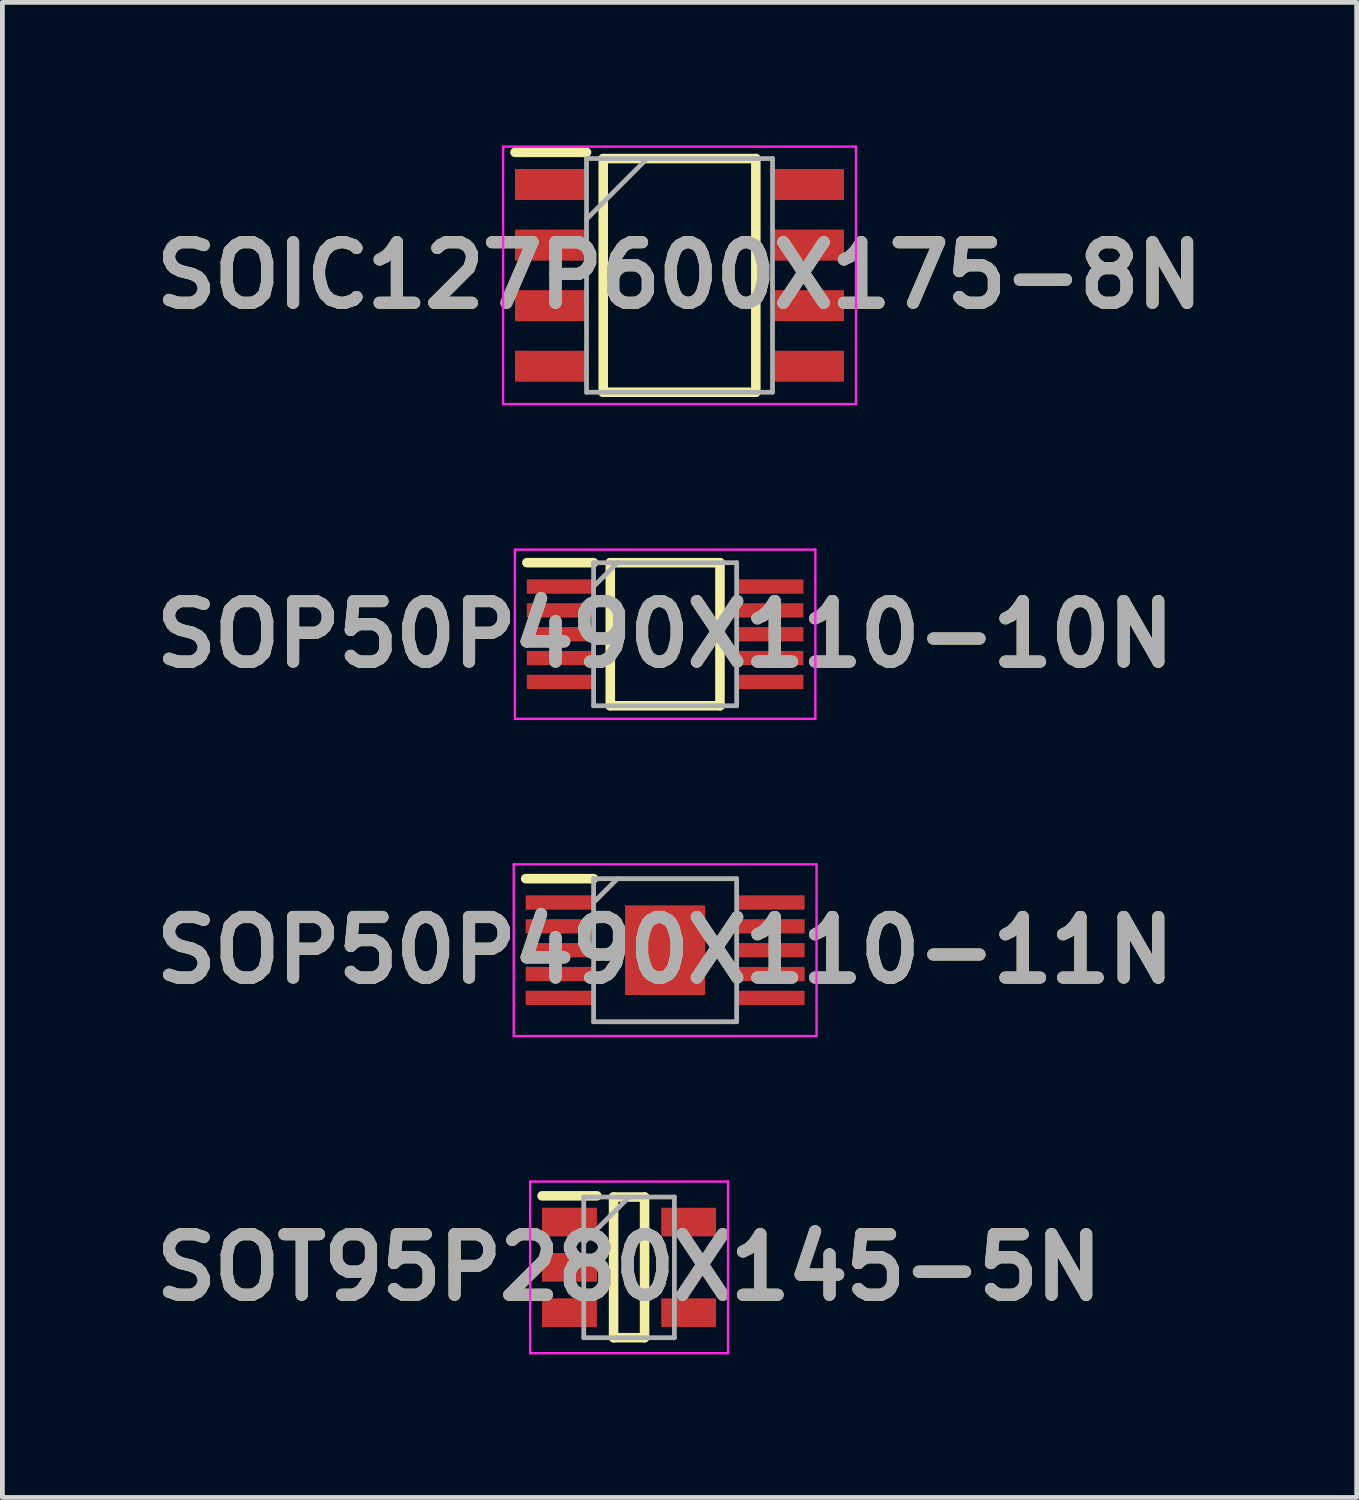
<source format=kicad_pcb>
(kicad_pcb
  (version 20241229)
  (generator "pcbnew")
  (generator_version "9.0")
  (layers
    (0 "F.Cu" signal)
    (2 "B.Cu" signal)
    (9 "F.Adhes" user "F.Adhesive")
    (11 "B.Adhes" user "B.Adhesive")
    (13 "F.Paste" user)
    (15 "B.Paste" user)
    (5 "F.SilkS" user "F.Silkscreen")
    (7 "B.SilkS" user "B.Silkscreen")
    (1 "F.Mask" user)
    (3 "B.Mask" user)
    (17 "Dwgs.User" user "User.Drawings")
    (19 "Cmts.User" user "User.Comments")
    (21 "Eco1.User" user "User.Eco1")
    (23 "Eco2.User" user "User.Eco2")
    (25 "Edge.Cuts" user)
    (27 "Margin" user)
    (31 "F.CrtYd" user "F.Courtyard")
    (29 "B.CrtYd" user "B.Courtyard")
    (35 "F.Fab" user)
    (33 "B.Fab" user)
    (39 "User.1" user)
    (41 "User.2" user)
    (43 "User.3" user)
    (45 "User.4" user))
  (footprint "SOP50P490X110-10N"
    (layer "F.Cu")
    (at 10.898 10.25)
    (property "Reference" "SOP50P490X110-10N" (at 0 0 0) (layer "F.SilkS") (effects (font (size 1.27 1.27) (thickness 0.254))))
    (attr smd)
    (fp_line (start -2.9 -1.5) (end -1.5 -1.5) (stroke (width 0.2) (type solid)) (layer "F.SilkS"))
    (fp_line (start -1.15 -1.5) (end 1.15 -1.5) (stroke (width 0.2) (type solid)) (layer "F.SilkS"))
    (fp_line (start -1.15 1.5) (end -1.15 -1.5) (stroke (width 0.2) (type solid)) (layer "F.SilkS"))
    (fp_line (start 1.15 -1.5) (end 1.15 1.5) (stroke (width 0.2) (type solid)) (layer "F.SilkS"))
    (fp_line (start 1.15 1.5) (end -1.15 1.5) (stroke (width 0.2) (type solid)) (layer "F.SilkS"))
    (fp_line (start -3.15 -1.775) (end 3.15 -1.775) (stroke (width 0.05) (type solid)) (layer "F.CrtYd"))
    (fp_line (start -3.15 1.775) (end -3.15 -1.775) (stroke (width 0.05) (type solid)) (layer "F.CrtYd"))
    (fp_line (start 3.15 -1.775) (end 3.15 1.775) (stroke (width 0.05) (type solid)) (layer "F.CrtYd"))
    (fp_line (start 3.15 1.775) (end -3.15 1.775) (stroke (width 0.05) (type solid)) (layer "F.CrtYd"))
    (fp_line (start -1.5 -1.5) (end 1.5 -1.5) (stroke (width 0.1) (type solid)) (layer "F.Fab"))
    (fp_line (start -1.5 -1) (end -1 -1.5) (stroke (width 0.1) (type solid)) (layer "F.Fab"))
    (fp_line (start -1.5 1.5) (end -1.5 -1.5) (stroke (width 0.1) (type solid)) (layer "F.Fab"))
    (fp_line (start 1.5 -1.5) (end 1.5 1.5) (stroke (width 0.1) (type solid)) (layer "F.Fab"))
    (fp_line (start 1.5 1.5) (end -1.5 1.5) (stroke (width 0.1) (type solid)) (layer "F.Fab"))
    (fp_text user "${REFERENCE}" (at 0 0 0) (layer "F.Fab") (effects (font (size 1.27 1.27) (thickness 0.254))))
    (pad "1" smd rect (at -2.2 -1 90) (size 0.3 1.4) (layers "F.Cu" "F.Mask" "F.Paste"))
    (pad "2" smd rect (at -2.2 -0.5 90) (size 0.3 1.4) (layers "F.Cu" "F.Mask" "F.Paste"))
    (pad "3" smd rect (at -2.2 0 90) (size 0.3 1.4) (layers "F.Cu" "F.Mask" "F.Paste"))
    (pad "4" smd rect (at -2.2 0.5 90) (size 0.3 1.4) (layers "F.Cu" "F.Mask" "F.Paste"))
    (pad "5" smd rect (at -2.2 1 90) (size 0.3 1.4) (layers "F.Cu" "F.Mask" "F.Paste"))
    (pad "6" smd rect (at 2.2 1 90) (size 0.3 1.4) (layers "F.Cu" "F.Mask" "F.Paste"))
    (pad "7" smd rect (at 2.2 0.5 90) (size 0.3 1.4) (layers "F.Cu" "F.Mask" "F.Paste"))
    (pad "8" smd rect (at 2.2 0 90) (size 0.3 1.4) (layers "F.Cu" "F.Mask" "F.Paste"))
    (pad "9" smd rect (at 2.2 -0.5 90) (size 0.3 1.4) (layers "F.Cu" "F.Mask" "F.Paste"))
    (pad "10" smd rect (at 2.2 -1 90) (size 0.3 1.4) (layers "F.Cu" "F.Mask" "F.Paste")))
  (footprint "SOIC127P600X175-8N"
    (layer "F.Cu")
    (at 11.2 2.725)
    (property "Reference" "SOIC127P600X175-8N" (at 0 0 0) (layer "F.SilkS") (effects (font (size 1.27 1.27) (thickness 0.254))))
    (attr smd)
    (fp_line (start -3.45 -2.58) (end -1.95 -2.58) (stroke (width 0.2) (type solid)) (layer "F.SilkS"))
    (fp_line (start -1.6 -2.45) (end 1.6 -2.45) (stroke (width 0.2) (type solid)) (layer "F.SilkS"))
    (fp_line (start -1.6 2.45) (end -1.6 -2.45) (stroke (width 0.2) (type solid)) (layer "F.SilkS"))
    (fp_line (start 1.6 -2.45) (end 1.6 2.45) (stroke (width 0.2) (type solid)) (layer "F.SilkS"))
    (fp_line (start 1.6 2.45) (end -1.6 2.45) (stroke (width 0.2) (type solid)) (layer "F.SilkS"))
    (fp_line (start -3.7 -2.7) (end 3.7 -2.7) (stroke (width 0.05) (type solid)) (layer "F.CrtYd"))
    (fp_line (start -3.7 2.7) (end -3.7 -2.7) (stroke (width 0.05) (type solid)) (layer "F.CrtYd"))
    (fp_line (start 3.7 -2.7) (end 3.7 2.7) (stroke (width 0.05) (type solid)) (layer "F.CrtYd"))
    (fp_line (start 3.7 2.7) (end -3.7 2.7) (stroke (width 0.05) (type solid)) (layer "F.CrtYd"))
    (fp_line (start -1.95 -2.45) (end 1.95 -2.45) (stroke (width 0.1) (type solid)) (layer "F.Fab"))
    (fp_line (start -1.95 -1.18) (end -0.68 -2.45) (stroke (width 0.1) (type solid)) (layer "F.Fab"))
    (fp_line (start -1.95 2.45) (end -1.95 -2.45) (stroke (width 0.1) (type solid)) (layer "F.Fab"))
    (fp_line (start 1.95 -2.45) (end 1.95 2.45) (stroke (width 0.1) (type solid)) (layer "F.Fab"))
    (fp_line (start 1.95 2.45) (end -1.95 2.45) (stroke (width 0.1) (type solid)) (layer "F.Fab"))
    (fp_text user "${REFERENCE}" (at 0 0 0) (layer "F.Fab") (effects (font (size 1.27 1.27) (thickness 0.254))))
    (pad "1" smd rect (at -2.7 -1.905 90) (size 0.65 1.5) (layers "F.Cu" "F.Mask" "F.Paste"))
    (pad "2" smd rect (at -2.7 -0.635 90) (size 0.65 1.5) (layers "F.Cu" "F.Mask" "F.Paste"))
    (pad "3" smd rect (at -2.7 0.635 90) (size 0.65 1.5) (layers "F.Cu" "F.Mask" "F.Paste"))
    (pad "4" smd rect (at -2.7 1.905 90) (size 0.65 1.5) (layers "F.Cu" "F.Mask" "F.Paste"))
    (pad "5" smd rect (at 2.7 1.905 90) (size 0.65 1.5) (layers "F.Cu" "F.Mask" "F.Paste"))
    (pad "6" smd rect (at 2.7 0.635 90) (size 0.65 1.5) (layers "F.Cu" "F.Mask" "F.Paste"))
    (pad "7" smd rect (at 2.7 -0.635 90) (size 0.65 1.5) (layers "F.Cu" "F.Mask" "F.Paste"))
    (pad "8" smd rect (at 2.7 -1.905 90) (size 0.65 1.5) (layers "F.Cu" "F.Mask" "F.Paste")))
  (footprint "SOT95P280X145-5N"
    (layer "F.Cu")
    (at 10.142 23.527)
    (property "Reference" "SOT95P280X145-5N" (at 0 0 0) (layer "F.SilkS") (effects (font (size 1.27 1.27) (thickness 0.254))))
    (attr smd)
    (fp_line (start -1.825 -1.5) (end -0.675 -1.5) (stroke (width 0.2) (type solid)) (layer "F.SilkS"))
    (fp_line (start -0.325 -1.475) (end 0.325 -1.475) (stroke (width 0.2) (type solid)) (layer "F.SilkS"))
    (fp_line (start -0.325 1.475) (end -0.325 -1.475) (stroke (width 0.2) (type solid)) (layer "F.SilkS"))
    (fp_line (start 0.325 -1.475) (end 0.325 1.475) (stroke (width 0.2) (type solid)) (layer "F.SilkS"))
    (fp_line (start 0.325 1.475) (end -0.325 1.475) (stroke (width 0.2) (type solid)) (layer "F.SilkS"))
    (fp_line (start -2.075 -1.8) (end 2.075 -1.8) (stroke (width 0.05) (type solid)) (layer "F.CrtYd"))
    (fp_line (start -2.075 1.8) (end -2.075 -1.8) (stroke (width 0.05) (type solid)) (layer "F.CrtYd"))
    (fp_line (start 2.075 -1.8) (end 2.075 1.8) (stroke (width 0.05) (type solid)) (layer "F.CrtYd"))
    (fp_line (start 2.075 1.8) (end -2.075 1.8) (stroke (width 0.05) (type solid)) (layer "F.CrtYd"))
    (fp_line (start -0.95 -1.475) (end 0.95 -1.475) (stroke (width 0.1) (type solid)) (layer "F.Fab"))
    (fp_line (start -0.95 -0.525) (end 0 -1.475) (stroke (width 0.1) (type solid)) (layer "F.Fab"))
    (fp_line (start -0.95 1.475) (end -0.95 -1.475) (stroke (width 0.1) (type solid)) (layer "F.Fab"))
    (fp_line (start 0.95 -1.475) (end 0.95 1.475) (stroke (width 0.1) (type solid)) (layer "F.Fab"))
    (fp_line (start 0.95 1.475) (end -0.95 1.475) (stroke (width 0.1) (type solid)) (layer "F.Fab"))
    (fp_text user "${REFERENCE}" (at 0 0 0) (layer "F.Fab") (effects (font (size 1.27 1.27) (thickness 0.254))))
    (pad "1" smd rect (at -1.25 -0.95 90) (size 0.6 1.15) (layers "F.Cu" "F.Mask" "F.Paste"))
    (pad "2" smd rect (at -1.25 0 90) (size 0.6 1.15) (layers "F.Cu" "F.Mask" "F.Paste"))
    (pad "3" smd rect (at -1.25 0.95 90) (size 0.6 1.15) (layers "F.Cu" "F.Mask" "F.Paste"))
    (pad "4" smd rect (at 1.25 0.95 90) (size 0.6 1.15) (layers "F.Cu" "F.Mask" "F.Paste"))
    (pad "5" smd rect (at 1.25 -0.95 90) (size 0.6 1.15) (layers "F.Cu" "F.Mask" "F.Paste")))
  (footprint "SOP50P490X110-11N"
    (layer "F.Cu")
    (at 10.898 16.876)
    (property "Reference" "SOP50P490X110-11N" (at 0 0 0) (layer "F.SilkS") (effects (font (size 1.27 1.27) (thickness 0.254))))
    (attr smd)
    (fp_line (start -2.925 -1.5) (end -1.5 -1.5) (stroke (width 0.2) (type solid)) (layer "F.SilkS"))
    (fp_line (start -3.175 -1.801) (end 3.175 -1.801) (stroke (width 0.05) (type solid)) (layer "F.CrtYd"))
    (fp_line (start -3.175 1.801) (end -3.175 -1.801) (stroke (width 0.05) (type solid)) (layer "F.CrtYd"))
    (fp_line (start 3.175 -1.801) (end 3.175 1.801) (stroke (width 0.05) (type solid)) (layer "F.CrtYd"))
    (fp_line (start 3.175 1.801) (end -3.175 1.801) (stroke (width 0.05) (type solid)) (layer "F.CrtYd"))
    (fp_line (start -1.5 -1.5) (end 1.5 -1.5) (stroke (width 0.1) (type solid)) (layer "F.Fab"))
    (fp_line (start -1.5 -1) (end -1 -1.5) (stroke (width 0.1) (type solid)) (layer "F.Fab"))
    (fp_line (start -1.5 1.5) (end -1.5 -1.5) (stroke (width 0.1) (type solid)) (layer "F.Fab"))
    (fp_line (start 1.5 -1.5) (end 1.5 1.5) (stroke (width 0.1) (type solid)) (layer "F.Fab"))
    (fp_line (start 1.5 1.5) (end -1.5 1.5) (stroke (width 0.1) (type solid)) (layer "F.Fab"))
    (fp_text user "${REFERENCE}" (at 0 0 0) (layer "F.Fab") (effects (font (size 1.27 1.27) (thickness 0.254))))
    (pad "1" smd rect (at -2.212 -1 90) (size 0.3 1.425) (layers "F.Cu" "F.Mask" "F.Paste"))
    (pad "2" smd rect (at -2.212 -0.5 90) (size 0.3 1.425) (layers "F.Cu" "F.Mask" "F.Paste"))
    (pad "3" smd rect (at -2.212 0 90) (size 0.3 1.425) (layers "F.Cu" "F.Mask" "F.Paste"))
    (pad "4" smd rect (at -2.212 0.5 90) (size 0.3 1.425) (layers "F.Cu" "F.Mask" "F.Paste"))
    (pad "5" smd rect (at -2.212 1 90) (size 0.3 1.425) (layers "F.Cu" "F.Mask" "F.Paste"))
    (pad "6" smd rect (at 2.212 1 90) (size 0.3 1.425) (layers "F.Cu" "F.Mask" "F.Paste"))
    (pad "7" smd rect (at 2.212 0.5 90) (size 0.3 1.425) (layers "F.Cu" "F.Mask" "F.Paste"))
    (pad "8" smd rect (at 2.212 0 90) (size 0.3 1.425) (layers "F.Cu" "F.Mask" "F.Paste"))
    (pad "9" smd rect (at 2.212 -0.5 90) (size 0.3 1.425) (layers "F.Cu" "F.Mask" "F.Paste"))
    (pad "10" smd rect (at 2.212 -1 90) (size 0.3 1.425) (layers "F.Cu" "F.Mask" "F.Paste"))
    (pad "11" smd rect (at 0 0) (size 1.68 1.88) (layers "F.Cu" "F.Mask" "F.Paste")))
  (gr_rect
    (start -3 -3)
    (end 25.4 28.352)
    (stroke (width 0.1) (type default))
    (fill no)
    (layer "Edge.Cuts")))
</source>
